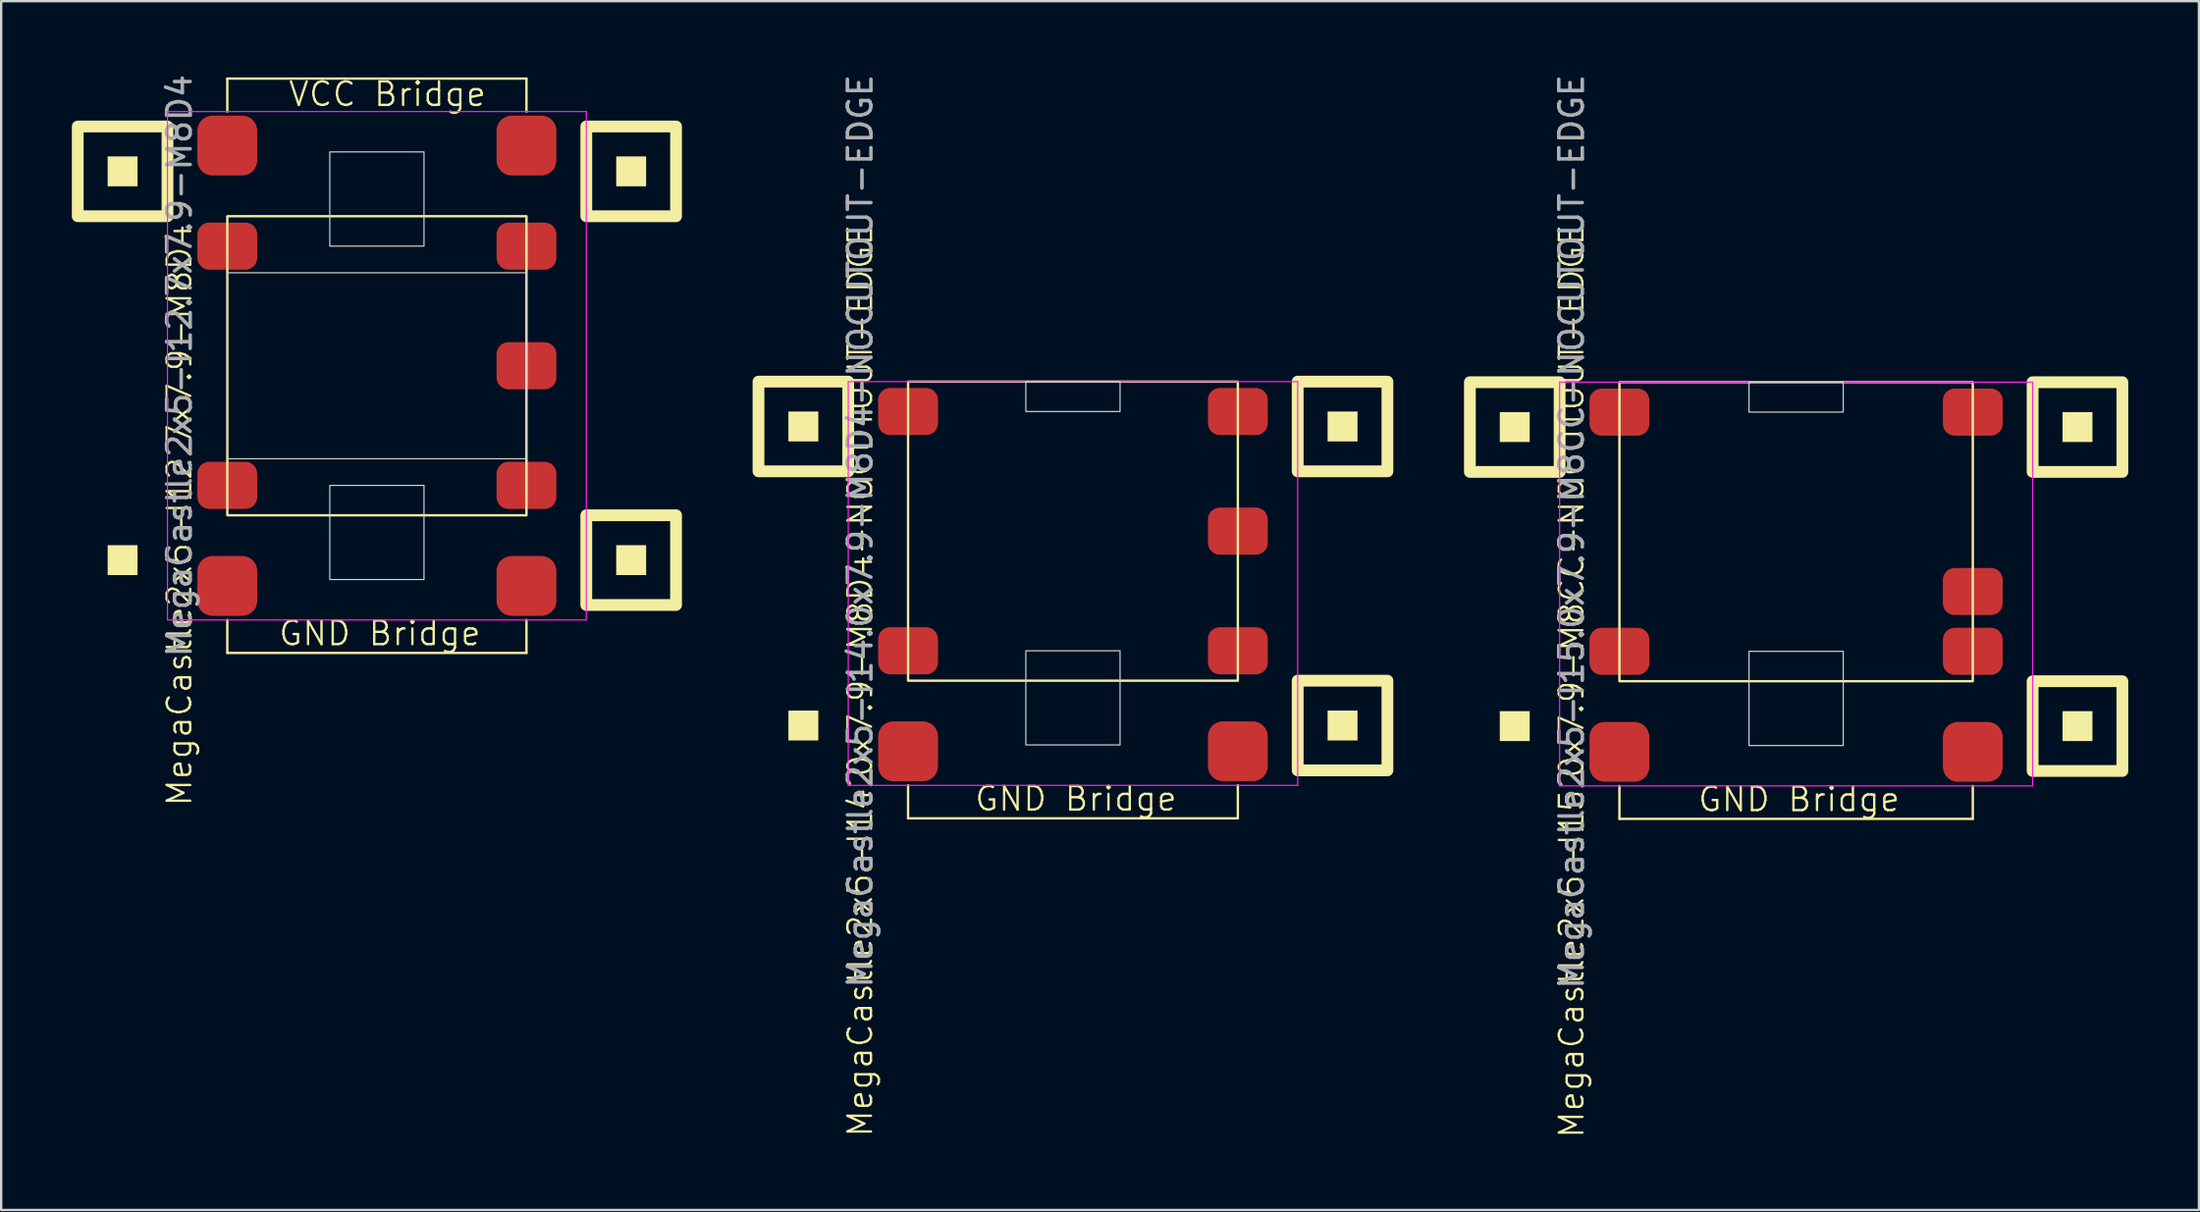
<source format=kicad_pcb>
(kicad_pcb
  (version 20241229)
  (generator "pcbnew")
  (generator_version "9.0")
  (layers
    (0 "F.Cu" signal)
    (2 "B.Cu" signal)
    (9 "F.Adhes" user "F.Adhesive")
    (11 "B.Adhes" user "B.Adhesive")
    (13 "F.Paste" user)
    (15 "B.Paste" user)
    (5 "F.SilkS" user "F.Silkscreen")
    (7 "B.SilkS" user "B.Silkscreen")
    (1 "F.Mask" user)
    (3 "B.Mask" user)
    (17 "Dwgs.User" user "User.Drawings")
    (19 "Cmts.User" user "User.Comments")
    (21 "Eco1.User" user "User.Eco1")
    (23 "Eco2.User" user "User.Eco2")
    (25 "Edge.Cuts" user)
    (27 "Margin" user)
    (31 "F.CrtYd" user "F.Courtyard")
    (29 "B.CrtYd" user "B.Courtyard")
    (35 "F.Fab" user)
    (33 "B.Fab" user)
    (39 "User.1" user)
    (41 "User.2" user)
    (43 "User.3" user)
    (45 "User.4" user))
  (footprint "MegaCastle2x5-I15.0x7.9-M8CC-NOCUTOUT-EDGE"
    (layer "F.Cu")
    (at 73.2 19.53)
    (property "Reference" "MegaCastle2x5-I15.0x7.9-M8CC-NOCUTOUT-EDGE" (at -9.532 6.35 90) (unlocked yes) (layer "F.SilkS") (effects (font (size 1 1) (thickness 0.1))))
    (attr smd)
    (fp_line (start -7.5 10.795) (end -7.5 12.195) (stroke (width 0.1) (type default)) (layer "F.SilkS"))
    (fp_line (start -7.5 12.195) (end 7.5 12.195) (stroke (width 0.1) (type default)) (layer "F.SilkS"))
    (fp_line (start 7.5 10.795) (end 7.5 12.195) (stroke (width 0.1) (type default)) (layer "F.SilkS"))
    (fp_rect (start -11.31 -3.81) (end -12.58 -5.08) (stroke (width 0) (type solid)) (fill yes) (layer "F.SilkS"))
    (fp_rect (start -11.31 8.89) (end -12.58 7.62) (stroke (width 0) (type solid)) (fill yes) (layer "F.SilkS"))
    (fp_rect (start -10.04 -2.54) (end -13.85 -6.35) (stroke (width 0.5) (type default)) (fill no) (layer "F.SilkS"))
    (fp_rect (start -7.5 -6.35) (end 7.5 6.35) (stroke (width 0.1) (type default)) (fill no) (layer "F.SilkS"))
    (fp_rect (start 12.58 -3.81) (end 11.31 -5.08) (stroke (width 0) (type solid)) (fill yes) (layer "F.SilkS"))
    (fp_rect (start 12.58 8.89) (end 11.31 7.62) (stroke (width 0) (type solid)) (fill yes) (layer "F.SilkS"))
    (fp_rect (start 13.85 -2.54) (end 10.04 -6.35) (stroke (width 0.5) (type default)) (fill no) (layer "F.SilkS"))
    (fp_rect (start 13.85 10.16) (end 10.04 6.35) (stroke (width 0.5) (type default)) (fill no) (layer "F.SilkS"))
    (fp_rect (start -2 -5.08) (end 2 -6.35) (stroke (width 0.05) (type default)) (fill no) (layer "Edge.Cuts"))
    (fp_rect (start -2 5.08) (end 2 9.08) (stroke (width 0.05) (type default)) (fill no) (layer "Edge.Cuts"))
    (fp_line (start -10.04 -6.35) (end -10.04 10.795) (stroke (width 0.05) (type default)) (layer "F.CrtYd"))
    (fp_line (start -10.04 10.795) (end 10.04 10.795) (stroke (width 0.05) (type default)) (layer "F.CrtYd"))
    (fp_line (start 10.04 -6.35) (end -10.04 -6.35) (stroke (width 0.05) (type default)) (layer "F.CrtYd"))
    (fp_line (start 10.04 -6.35) (end 10.04 10.795) (stroke (width 0.05) (type default)) (layer "F.CrtYd"))
    (fp_text user "GND Bridge" (at -4.226 11.95 0) (unlocked yes) (layer "F.SilkS") (effects (font (size 1 1) (thickness 0.1)) (justify left bottom)))
    (fp_text user "${REFERENCE}" (at -9.532 0 90) (unlocked yes) (layer "F.Fab") (effects (font (size 1 1) (thickness 0.15))))
    (pad "1" smd roundrect (at -7.5 -5.08) (size 2.54 2) (layers "F.Cu" "F.Mask" "F.Paste") (roundrect_rratio 0.25))
    (pad "5" smd roundrect (at -7.5 5.08) (size 2.54 2) (layers "F.Cu" "F.Mask" "F.Paste") (roundrect_rratio 0.25))
    (pad "6" smd roundrect (at 7.5 -5.08) (size 2.54 2) (layers "F.Cu" "F.Mask" "F.Paste") (roundrect_rratio 0.25))
    (pad "9" smd roundrect (at 7.5 2.54) (size 2.54 2) (layers "F.Cu" "F.Mask" "F.Paste") (roundrect_rratio 0.25))
    (pad "10" smd roundrect (at 7.5 5.08) (size 2.54 2) (layers "F.Cu" "F.Mask" "F.Paste") (roundrect_rratio 0.25))
    (pad "B1" smd roundrect (at -7.5 9.35) (size 2.54 2.54) (layers "F.Cu" "F.Mask" "F.Paste") (roundrect_rratio 0.25))
    (pad "B2" smd roundrect (at 7.5 9.35) (size 2.54 2.54) (layers "F.Cu" "F.Mask" "F.Paste") (roundrect_rratio 0.25)))
  (footprint "MegaCastle2x5-I12.7x7.9-M8D4"
    (layer "F.Cu")
    (at 12.95 12.482)
    (property "Reference" "MegaCastle2x5-I12.7x7.9-M8D4" (at -8.382 6.35 90) (unlocked yes) (layer "F.SilkS") (effects (font (size 1 1) (thickness 0.1))))
    (attr smd)
    (fp_line (start -6.35 -12.195) (end 6.35 -12.195) (stroke (width 0.1) (type default)) (layer "F.SilkS"))
    (fp_line (start -6.35 -10.795) (end -6.35 -12.195) (stroke (width 0.1) (type default)) (layer "F.SilkS"))
    (fp_line (start -6.35 10.795) (end -6.35 12.195) (stroke (width 0.1) (type default)) (layer "F.SilkS"))
    (fp_line (start -6.35 12.195) (end 6.35 12.195) (stroke (width 0.1) (type default)) (layer "F.SilkS"))
    (fp_line (start 6.35 -10.795) (end 6.35 -12.195) (stroke (width 0.1) (type default)) (layer "F.SilkS"))
    (fp_line (start 6.35 10.795) (end 6.35 12.195) (stroke (width 0.1) (type default)) (layer "F.SilkS"))
    (fp_rect (start -10.16 -7.62) (end -11.43 -8.89) (stroke (width 0) (type solid)) (fill yes) (layer "F.SilkS"))
    (fp_rect (start -10.16 8.89) (end -11.43 7.62) (stroke (width 0) (type solid)) (fill yes) (layer "F.SilkS"))
    (fp_rect (start -8.89 -6.35) (end -12.7 -10.16) (stroke (width 0.5) (type default)) (fill no) (layer "F.SilkS"))
    (fp_rect (start -6.35 -6.35) (end 6.35 6.35) (stroke (width 0.1) (type default)) (fill no) (layer "F.SilkS"))
    (fp_rect (start 11.43 -7.62) (end 10.16 -8.89) (stroke (width 0) (type solid)) (fill yes) (layer "F.SilkS"))
    (fp_rect (start 11.43 8.89) (end 10.16 7.62) (stroke (width 0) (type solid)) (fill yes) (layer "F.SilkS"))
    (fp_rect (start 12.7 -6.35) (end 8.89 -10.16) (stroke (width 0.5) (type default)) (fill no) (layer "F.SilkS"))
    (fp_rect (start 12.7 10.16) (end 8.89 6.35) (stroke (width 0.5) (type default)) (fill no) (layer "F.SilkS"))
    (fp_rect (start -6.35 -3.95) (end 6.35 3.95) (stroke (width 0.05) (type default)) (fill no) (layer "Edge.Cuts"))
    (fp_rect (start -2 -5.08) (end 2 -9.08) (stroke (width 0.05) (type default)) (fill no) (layer "Edge.Cuts"))
    (fp_rect (start -2 5.08) (end 2 9.08) (stroke (width 0.05) (type default)) (fill no) (layer "Edge.Cuts"))
    (fp_line (start -8.89 -10.795) (end -8.89 10.795) (stroke (width 0.05) (type default)) (layer "F.CrtYd"))
    (fp_line (start -8.89 10.795) (end 8.89 10.795) (stroke (width 0.05) (type default)) (layer "F.CrtYd"))
    (fp_line (start 8.89 -10.795) (end -8.89 -10.795) (stroke (width 0.05) (type default)) (layer "F.CrtYd"))
    (fp_line (start 8.89 -10.795) (end 8.89 10.795) (stroke (width 0.05) (type default)) (layer "F.CrtYd"))
    (fp_text user "VCC Bridge" (at -3.81 -10.95 0) (unlocked yes) (layer "F.SilkS") (effects (font (size 1 1) (thickness 0.1)) (justify left bottom)))
    (fp_text user "GND Bridge" (at -4.226 11.95 0) (unlocked yes) (layer "F.SilkS") (effects (font (size 1 1) (thickness 0.1)) (justify left bottom)))
    (fp_text user "${REFERENCE}" (at -8.382 0 90) (unlocked yes) (layer "F.Fab") (effects (font (size 1 1) (thickness 0.15))))
    (pad "1" smd roundrect (at -6.35 -5.08) (size 2.54 2) (layers "F.Cu" "F.Mask" "F.Paste") (roundrect_rratio 0.25))
    (pad "5" smd roundrect (at -6.35 5.08) (size 2.54 2) (layers "F.Cu" "F.Mask" "F.Paste") (roundrect_rratio 0.25))
    (pad "6" smd roundrect (at 6.35 -5.08) (size 2.54 2) (layers "F.Cu" "F.Mask" "F.Paste") (roundrect_rratio 0.25))
    (pad "8" smd roundrect (at 6.35 0) (size 2.54 2) (layers "F.Cu" "F.Mask" "F.Paste") (roundrect_rratio 0.25))
    (pad "10" smd roundrect (at 6.35 5.08) (size 2.54 2) (layers "F.Cu" "F.Mask" "F.Paste") (roundrect_rratio 0.25))
    (pad "A1" smd roundrect (at -6.35 -9.35) (size 2.54 2.54) (layers "F.Cu" "F.Mask" "F.Paste") (roundrect_rratio 0.25))
    (pad "A2" smd roundrect (at 6.35 -9.35) (size 2.54 2.54) (layers "F.Cu" "F.Mask" "F.Paste") (roundrect_rratio 0.25))
    (pad "B1" smd roundrect (at -6.35 9.35) (size 2.54 2.54) (layers "F.Cu" "F.Mask" "F.Paste") (roundrect_rratio 0.25))
    (pad "B2" smd roundrect (at 6.35 9.35) (size 2.54 2.54) (layers "F.Cu" "F.Mask" "F.Paste") (roundrect_rratio 0.25)))
  (footprint "MegaCastle2x5-I14.0x7.9-M8D4-NOCUTOUT-EDGE"
    (layer "F.Cu")
    (at 42.5 19.506)
    (property "Reference" "MegaCastle2x5-I14.0x7.9-M8D4-NOCUTOUT-EDGE" (at -9.032 6.35 90) (unlocked yes) (layer "F.SilkS") (effects (font (size 1 1) (thickness 0.1))))
    (attr smd)
    (fp_line (start -7 10.795) (end -7 12.195) (stroke (width 0.1) (type default)) (layer "F.SilkS"))
    (fp_line (start -7 12.195) (end 7 12.195) (stroke (width 0.1) (type default)) (layer "F.SilkS"))
    (fp_line (start 7 10.795) (end 7 12.195) (stroke (width 0.1) (type default)) (layer "F.SilkS"))
    (fp_rect (start -10.81 -3.81) (end -12.08 -5.08) (stroke (width 0) (type solid)) (fill yes) (layer "F.SilkS"))
    (fp_rect (start -10.81 8.89) (end -12.08 7.62) (stroke (width 0) (type solid)) (fill yes) (layer "F.SilkS"))
    (fp_rect (start -9.54 -2.54) (end -13.35 -6.35) (stroke (width 0.5) (type default)) (fill no) (layer "F.SilkS"))
    (fp_rect (start -7 -6.35) (end 7 6.35) (stroke (width 0.1) (type default)) (fill no) (layer "F.SilkS"))
    (fp_rect (start 12.08 -3.81) (end 10.81 -5.08) (stroke (width 0) (type solid)) (fill yes) (layer "F.SilkS"))
    (fp_rect (start 12.08 8.89) (end 10.81 7.62) (stroke (width 0) (type solid)) (fill yes) (layer "F.SilkS"))
    (fp_rect (start 13.35 -2.54) (end 9.54 -6.35) (stroke (width 0.5) (type default)) (fill no) (layer "F.SilkS"))
    (fp_rect (start 13.35 10.16) (end 9.54 6.35) (stroke (width 0.5) (type default)) (fill no) (layer "F.SilkS"))
    (fp_rect (start -2 -5.08) (end 2 -6.35) (stroke (width 0.05) (type default)) (fill no) (layer "Edge.Cuts"))
    (fp_rect (start -2 5.08) (end 2 9.08) (stroke (width 0.05) (type default)) (fill no) (layer "Edge.Cuts"))
    (fp_line (start -9.54 -6.35) (end -9.54 10.795) (stroke (width 0.05) (type default)) (layer "F.CrtYd"))
    (fp_line (start -9.54 10.795) (end 9.54 10.795) (stroke (width 0.05) (type default)) (layer "F.CrtYd"))
    (fp_line (start 9.54 -6.35) (end -9.54 -6.35) (stroke (width 0.05) (type default)) (layer "F.CrtYd"))
    (fp_line (start 9.54 -6.35) (end 9.54 10.795) (stroke (width 0.05) (type default)) (layer "F.CrtYd"))
    (fp_text user "GND Bridge" (at -4.226 11.95 0) (unlocked yes) (layer "F.SilkS") (effects (font (size 1 1) (thickness 0.1)) (justify left bottom)))
    (fp_text user "${REFERENCE}" (at -9.032 0 90) (unlocked yes) (layer "F.Fab") (effects (font (size 1 1) (thickness 0.15))))
    (pad "1" smd roundrect (at -7 -5.08) (size 2.54 2) (layers "F.Cu" "F.Mask" "F.Paste") (roundrect_rratio 0.25))
    (pad "5" smd roundrect (at -7 5.08) (size 2.54 2) (layers "F.Cu" "F.Mask" "F.Paste") (roundrect_rratio 0.25))
    (pad "6" smd roundrect (at 7 -5.08) (size 2.54 2) (layers "F.Cu" "F.Mask" "F.Paste") (roundrect_rratio 0.25))
    (pad "8" smd roundrect (at 7 0) (size 2.54 2) (layers "F.Cu" "F.Mask" "F.Paste") (roundrect_rratio 0.25))
    (pad "10" smd roundrect (at 7 5.08) (size 2.54 2) (layers "F.Cu" "F.Mask" "F.Paste") (roundrect_rratio 0.25))
    (pad "B1" smd roundrect (at -7 9.35) (size 2.54 2.54) (layers "F.Cu" "F.Mask" "F.Paste") (roundrect_rratio 0.25))
    (pad "B2" smd roundrect (at 7 9.35) (size 2.54 2.54) (layers "F.Cu" "F.Mask" "F.Paste") (roundrect_rratio 0.25)))
  (gr_rect
    (start -3 -3)
    (end 90.3 48.335)
    (stroke (width 0.1) (type default))
    (fill no)
    (layer "Edge.Cuts")))
</source>
